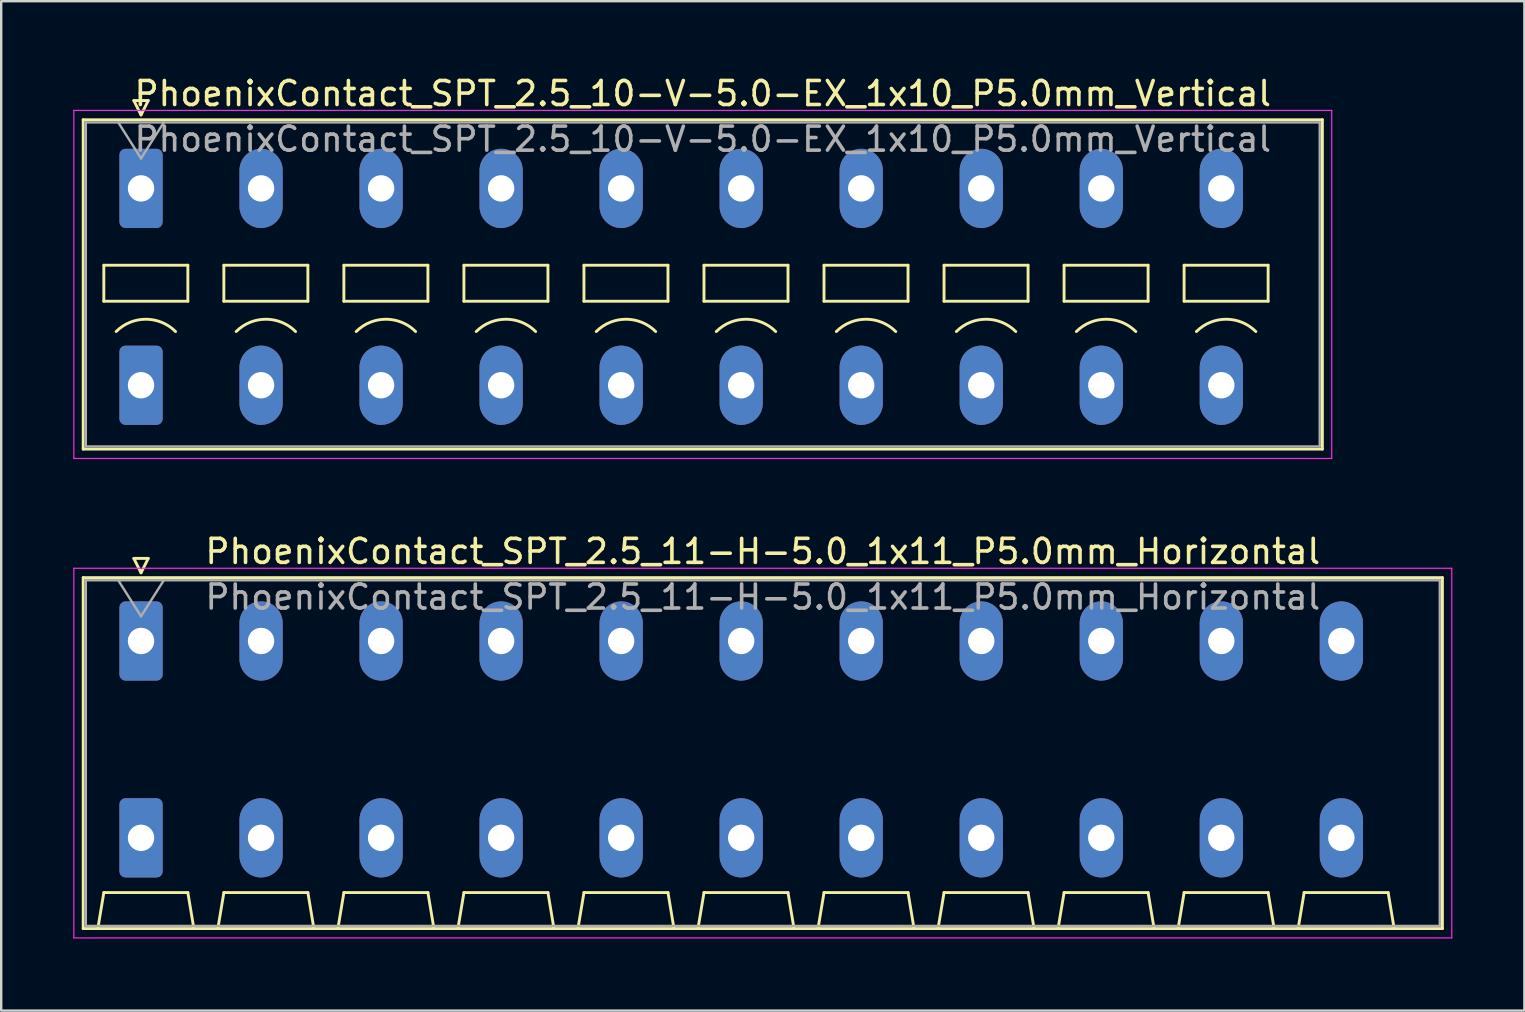
<source format=kicad_pcb>
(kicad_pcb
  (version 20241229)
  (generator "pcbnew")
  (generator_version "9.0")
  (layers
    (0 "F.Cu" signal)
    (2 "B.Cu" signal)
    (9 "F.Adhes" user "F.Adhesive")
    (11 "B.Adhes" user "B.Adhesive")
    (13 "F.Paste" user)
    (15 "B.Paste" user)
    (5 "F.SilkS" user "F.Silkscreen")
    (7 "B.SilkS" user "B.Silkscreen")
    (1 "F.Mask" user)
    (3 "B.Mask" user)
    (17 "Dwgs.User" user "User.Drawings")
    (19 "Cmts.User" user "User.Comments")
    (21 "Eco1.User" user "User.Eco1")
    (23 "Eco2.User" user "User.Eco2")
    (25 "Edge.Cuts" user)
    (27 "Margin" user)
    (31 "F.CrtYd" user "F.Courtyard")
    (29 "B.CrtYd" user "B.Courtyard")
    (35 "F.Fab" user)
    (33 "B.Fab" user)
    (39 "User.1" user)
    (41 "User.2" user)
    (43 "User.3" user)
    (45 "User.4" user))
  (footprint "PhoenixContact_SPT_2.5_10-V-5.0-EX_1x10_P5.0mm_Vertical"
    (layer "F.Cu")
    (at 2.825 4.798)
    (property "Reference" "PhoenixContact_SPT_2.5_10-V-5.0-EX_1x10_P5.0mm_Vertical" (at 23.4 -3.95 0) (layer "F.SilkS") (effects (font (size 1 1) (thickness 0.15))))
    (attr through_hole)
    (fp_line (start -2.41 -2.86) (end 49.21 -2.86) (stroke (width 0.12) (type solid)) (layer "F.SilkS"))
    (fp_line (start -2.41 10.86) (end -2.41 -2.86) (stroke (width 0.12) (type solid)) (layer "F.SilkS"))
    (fp_line (start -1.55 3.2) (end -1.55 4.7) (stroke (width 0.12) (type solid)) (layer "F.SilkS"))
    (fp_line (start -1.55 4.7) (end 1.95 4.7) (stroke (width 0.12) (type solid)) (layer "F.SilkS"))
    (fp_line (start -0.3 -3.66) (end 0 -3.06) (stroke (width 0.12) (type solid)) (layer "F.SilkS"))
    (fp_line (start -0.3 -3.66) (end 0.3 -3.66) (stroke (width 0.12) (type solid)) (layer "F.SilkS"))
    (fp_line (start 0.3 -3.66) (end 0 -3.06) (stroke (width 0.12) (type solid)) (layer "F.SilkS"))
    (fp_line (start 1.95 3.2) (end -1.55 3.2) (stroke (width 0.12) (type solid)) (layer "F.SilkS"))
    (fp_line (start 1.95 4.7) (end 1.95 3.2) (stroke (width 0.12) (type solid)) (layer "F.SilkS"))
    (fp_line (start 3.45 3.2) (end 3.45 4.7) (stroke (width 0.12) (type solid)) (layer "F.SilkS"))
    (fp_line (start 3.45 4.7) (end 6.95 4.7) (stroke (width 0.12) (type solid)) (layer "F.SilkS"))
    (fp_line (start 6.95 3.2) (end 3.45 3.2) (stroke (width 0.12) (type solid)) (layer "F.SilkS"))
    (fp_line (start 6.95 4.7) (end 6.95 3.2) (stroke (width 0.12) (type solid)) (layer "F.SilkS"))
    (fp_line (start 8.45 3.2) (end 8.45 4.7) (stroke (width 0.12) (type solid)) (layer "F.SilkS"))
    (fp_line (start 8.45 4.7) (end 11.95 4.7) (stroke (width 0.12) (type solid)) (layer "F.SilkS"))
    (fp_line (start 11.95 3.2) (end 8.45 3.2) (stroke (width 0.12) (type solid)) (layer "F.SilkS"))
    (fp_line (start 11.95 4.7) (end 11.95 3.2) (stroke (width 0.12) (type solid)) (layer "F.SilkS"))
    (fp_line (start 13.45 3.2) (end 13.45 4.7) (stroke (width 0.12) (type solid)) (layer "F.SilkS"))
    (fp_line (start 13.45 4.7) (end 16.95 4.7) (stroke (width 0.12) (type solid)) (layer "F.SilkS"))
    (fp_line (start 16.95 3.2) (end 13.45 3.2) (stroke (width 0.12) (type solid)) (layer "F.SilkS"))
    (fp_line (start 16.95 4.7) (end 16.95 3.2) (stroke (width 0.12) (type solid)) (layer "F.SilkS"))
    (fp_line (start 18.45 3.2) (end 18.45 4.7) (stroke (width 0.12) (type solid)) (layer "F.SilkS"))
    (fp_line (start 18.45 4.7) (end 21.95 4.7) (stroke (width 0.12) (type solid)) (layer "F.SilkS"))
    (fp_line (start 21.95 3.2) (end 18.45 3.2) (stroke (width 0.12) (type solid)) (layer "F.SilkS"))
    (fp_line (start 21.95 4.7) (end 21.95 3.2) (stroke (width 0.12) (type solid)) (layer "F.SilkS"))
    (fp_line (start 23.45 3.2) (end 23.45 4.7) (stroke (width 0.12) (type solid)) (layer "F.SilkS"))
    (fp_line (start 23.45 4.7) (end 26.95 4.7) (stroke (width 0.12) (type solid)) (layer "F.SilkS"))
    (fp_line (start 26.95 3.2) (end 23.45 3.2) (stroke (width 0.12) (type solid)) (layer "F.SilkS"))
    (fp_line (start 26.95 4.7) (end 26.95 3.2) (stroke (width 0.12) (type solid)) (layer "F.SilkS"))
    (fp_line (start 28.45 3.2) (end 28.45 4.7) (stroke (width 0.12) (type solid)) (layer "F.SilkS"))
    (fp_line (start 28.45 4.7) (end 31.95 4.7) (stroke (width 0.12) (type solid)) (layer "F.SilkS"))
    (fp_line (start 31.95 3.2) (end 28.45 3.2) (stroke (width 0.12) (type solid)) (layer "F.SilkS"))
    (fp_line (start 31.95 4.7) (end 31.95 3.2) (stroke (width 0.12) (type solid)) (layer "F.SilkS"))
    (fp_line (start 33.45 3.2) (end 33.45 4.7) (stroke (width 0.12) (type solid)) (layer "F.SilkS"))
    (fp_line (start 33.45 4.7) (end 36.95 4.7) (stroke (width 0.12) (type solid)) (layer "F.SilkS"))
    (fp_line (start 36.95 3.2) (end 33.45 3.2) (stroke (width 0.12) (type solid)) (layer "F.SilkS"))
    (fp_line (start 36.95 4.7) (end 36.95 3.2) (stroke (width 0.12) (type solid)) (layer "F.SilkS"))
    (fp_line (start 38.45 3.2) (end 38.45 4.7) (stroke (width 0.12) (type solid)) (layer "F.SilkS"))
    (fp_line (start 38.45 4.7) (end 41.95 4.7) (stroke (width 0.12) (type solid)) (layer "F.SilkS"))
    (fp_line (start 41.95 3.2) (end 38.45 3.2) (stroke (width 0.12) (type solid)) (layer "F.SilkS"))
    (fp_line (start 41.95 4.7) (end 41.95 3.2) (stroke (width 0.12) (type solid)) (layer "F.SilkS"))
    (fp_line (start 43.45 3.2) (end 43.45 4.7) (stroke (width 0.12) (type solid)) (layer "F.SilkS"))
    (fp_line (start 43.45 4.7) (end 46.95 4.7) (stroke (width 0.12) (type solid)) (layer "F.SilkS"))
    (fp_line (start 46.95 3.2) (end 43.45 3.2) (stroke (width 0.12) (type solid)) (layer "F.SilkS"))
    (fp_line (start 46.95 4.7) (end 46.95 3.2) (stroke (width 0.12) (type solid)) (layer "F.SilkS"))
    (fp_line (start 49.21 -2.86) (end 49.21 10.86) (stroke (width 0.12) (type solid)) (layer "F.SilkS"))
    (fp_line (start 49.21 10.86) (end -2.41 10.86) (stroke (width 0.12) (type solid)) (layer "F.SilkS"))
    (fp_arc (start -1.037437 5.962563) (mid 0.2 5.45) (end 1.437437 5.962563) (stroke (width 0.12) (type solid)) (layer "F.SilkS"))
    (fp_arc (start 3.962563 5.962563) (mid 5.2 5.45) (end 6.437437 5.962563) (stroke (width 0.12) (type solid)) (layer "F.SilkS"))
    (fp_arc (start 8.962563 5.962563) (mid 10.2 5.45) (end 11.437437 5.962563) (stroke (width 0.12) (type solid)) (layer "F.SilkS"))
    (fp_arc (start 13.962563 5.962563) (mid 15.2 5.45) (end 16.437437 5.962563) (stroke (width 0.12) (type solid)) (layer "F.SilkS"))
    (fp_arc (start 18.962563 5.962563) (mid 20.2 5.45) (end 21.437437 5.962563) (stroke (width 0.12) (type solid)) (layer "F.SilkS"))
    (fp_arc (start 23.962563 5.962563) (mid 25.2 5.45) (end 26.437437 5.962563) (stroke (width 0.12) (type solid)) (layer "F.SilkS"))
    (fp_arc (start 28.962563 5.962563) (mid 30.2 5.45) (end 31.437437 5.962563) (stroke (width 0.12) (type solid)) (layer "F.SilkS"))
    (fp_arc (start 33.962563 5.962563) (mid 35.2 5.45) (end 36.437437 5.962563) (stroke (width 0.12) (type solid)) (layer "F.SilkS"))
    (fp_arc (start 38.962563 5.962563) (mid 40.2 5.45) (end 41.437437 5.962563) (stroke (width 0.12) (type solid)) (layer "F.SilkS"))
    (fp_arc (start 43.962563 5.962563) (mid 45.2 5.45) (end 46.437437 5.962563) (stroke (width 0.12) (type solid)) (layer "F.SilkS"))
    (fp_line (start -2.8 -3.25) (end -2.8 11.25) (stroke (width 0.05) (type solid)) (layer "F.CrtYd"))
    (fp_line (start -2.8 11.25) (end 49.6 11.25) (stroke (width 0.05) (type solid)) (layer "F.CrtYd"))
    (fp_line (start 49.6 -3.25) (end -2.8 -3.25) (stroke (width 0.05) (type solid)) (layer "F.CrtYd"))
    (fp_line (start 49.6 11.25) (end 49.6 -3.25) (stroke (width 0.05) (type solid)) (layer "F.CrtYd"))
    (fp_line (start -2.3 -2.75) (end -2.3 10.75) (stroke (width 0.1) (type solid)) (layer "F.Fab"))
    (fp_line (start -2.3 10.75) (end 49.1 10.75) (stroke (width 0.1) (type solid)) (layer "F.Fab"))
    (fp_line (start -0.95 -2.75) (end 0 -1.25) (stroke (width 0.1) (type solid)) (layer "F.Fab"))
    (fp_line (start 0.95 -2.75) (end 0 -1.25) (stroke (width 0.1) (type solid)) (layer "F.Fab"))
    (fp_line (start 49.1 -2.75) (end -2.3 -2.75) (stroke (width 0.1) (type solid)) (layer "F.Fab"))
    (fp_line (start 49.1 10.75) (end 49.1 -2.75) (stroke (width 0.1) (type solid)) (layer "F.Fab"))
    (fp_text user "${REFERENCE}" (at 23.4 -2.05 0) (layer "F.Fab") (effects (font (size 1 1) (thickness 0.15))))
    (pad "1" thru_hole roundrect (at 0 0) (size 1.8 3.3) (drill 1.1) (layers "*.Cu" "*.Mask") (roundrect_rratio 0.139))
    (pad "1" thru_hole roundrect (at 0 8.2) (size 1.8 3.3) (drill 1.1) (layers "*.Cu" "*.Mask") (roundrect_rratio 0.139))
    (pad "2" thru_hole oval (at 5 0) (size 1.8 3.3) (drill 1.1) (layers "*.Cu" "*.Mask"))
    (pad "2" thru_hole oval (at 5 8.2) (size 1.8 3.3) (drill 1.1) (layers "*.Cu" "*.Mask"))
    (pad "3" thru_hole oval (at 10 0) (size 1.8 3.3) (drill 1.1) (layers "*.Cu" "*.Mask"))
    (pad "3" thru_hole oval (at 10 8.2) (size 1.8 3.3) (drill 1.1) (layers "*.Cu" "*.Mask"))
    (pad "4" thru_hole oval (at 15 0) (size 1.8 3.3) (drill 1.1) (layers "*.Cu" "*.Mask"))
    (pad "4" thru_hole oval (at 15 8.2) (size 1.8 3.3) (drill 1.1) (layers "*.Cu" "*.Mask"))
    (pad "5" thru_hole oval (at 20 0) (size 1.8 3.3) (drill 1.1) (layers "*.Cu" "*.Mask"))
    (pad "5" thru_hole oval (at 20 8.2) (size 1.8 3.3) (drill 1.1) (layers "*.Cu" "*.Mask"))
    (pad "6" thru_hole oval (at 25 0) (size 1.8 3.3) (drill 1.1) (layers "*.Cu" "*.Mask"))
    (pad "6" thru_hole oval (at 25 8.2) (size 1.8 3.3) (drill 1.1) (layers "*.Cu" "*.Mask"))
    (pad "7" thru_hole oval (at 30 0) (size 1.8 3.3) (drill 1.1) (layers "*.Cu" "*.Mask"))
    (pad "7" thru_hole oval (at 30 8.2) (size 1.8 3.3) (drill 1.1) (layers "*.Cu" "*.Mask"))
    (pad "8" thru_hole oval (at 35 0) (size 1.8 3.3) (drill 1.1) (layers "*.Cu" "*.Mask"))
    (pad "8" thru_hole oval (at 35 8.2) (size 1.8 3.3) (drill 1.1) (layers "*.Cu" "*.Mask"))
    (pad "9" thru_hole oval (at 40 0) (size 1.8 3.3) (drill 1.1) (layers "*.Cu" "*.Mask"))
    (pad "9" thru_hole oval (at 40 8.2) (size 1.8 3.3) (drill 1.1) (layers "*.Cu" "*.Mask"))
    (pad "10" thru_hole oval (at 45 0) (size 1.8 3.3) (drill 1.1) (layers "*.Cu" "*.Mask"))
    (pad "10" thru_hole oval (at 45 8.2) (size 1.8 3.3) (drill 1.1) (layers "*.Cu" "*.Mask")))
  (footprint "PhoenixContact_SPT_2.5_11-H-5.0_1x11_P5.0mm_Horizontal"
    (layer "F.Cu")
    (at 2.825 23.651)
    (property "Reference" "PhoenixContact_SPT_2.5_11-H-5.0_1x11_P5.0mm_Horizontal" (at 25.9 -3.73 0) (layer "F.SilkS") (effects (font (size 1 1) (thickness 0.15))))
    (attr through_hole)
    (fp_line (start -2.41 -2.64) (end 54.21 -2.64) (stroke (width 0.12) (type solid)) (layer "F.SilkS"))
    (fp_line (start -2.41 11.98) (end -2.41 -2.64) (stroke (width 0.12) (type solid)) (layer "F.SilkS"))
    (fp_line (start -1.8 11.98) (end -1.55 10.48) (stroke (width 0.12) (type solid)) (layer "F.SilkS"))
    (fp_line (start -1.55 10.48) (end 1.95 10.48) (stroke (width 0.12) (type solid)) (layer "F.SilkS"))
    (fp_line (start -0.3 -3.44) (end 0 -2.84) (stroke (width 0.12) (type solid)) (layer "F.SilkS"))
    (fp_line (start -0.3 -3.44) (end 0.3 -3.44) (stroke (width 0.12) (type solid)) (layer "F.SilkS"))
    (fp_line (start 0.3 -3.44) (end 0 -2.84) (stroke (width 0.12) (type solid)) (layer "F.SilkS"))
    (fp_line (start 2.2 11.98) (end 1.95 10.48) (stroke (width 0.12) (type solid)) (layer "F.SilkS"))
    (fp_line (start 3.2 11.98) (end 3.45 10.48) (stroke (width 0.12) (type solid)) (layer "F.SilkS"))
    (fp_line (start 3.45 10.48) (end 6.95 10.48) (stroke (width 0.12) (type solid)) (layer "F.SilkS"))
    (fp_line (start 7.2 11.98) (end 6.95 10.48) (stroke (width 0.12) (type solid)) (layer "F.SilkS"))
    (fp_line (start 8.2 11.98) (end 8.45 10.48) (stroke (width 0.12) (type solid)) (layer "F.SilkS"))
    (fp_line (start 8.45 10.48) (end 11.95 10.48) (stroke (width 0.12) (type solid)) (layer "F.SilkS"))
    (fp_line (start 12.2 11.98) (end 11.95 10.48) (stroke (width 0.12) (type solid)) (layer "F.SilkS"))
    (fp_line (start 13.2 11.98) (end 13.45 10.48) (stroke (width 0.12) (type solid)) (layer "F.SilkS"))
    (fp_line (start 13.45 10.48) (end 16.95 10.48) (stroke (width 0.12) (type solid)) (layer "F.SilkS"))
    (fp_line (start 17.2 11.98) (end 16.95 10.48) (stroke (width 0.12) (type solid)) (layer "F.SilkS"))
    (fp_line (start 18.2 11.98) (end 18.45 10.48) (stroke (width 0.12) (type solid)) (layer "F.SilkS"))
    (fp_line (start 18.45 10.48) (end 21.95 10.48) (stroke (width 0.12) (type solid)) (layer "F.SilkS"))
    (fp_line (start 22.2 11.98) (end 21.95 10.48) (stroke (width 0.12) (type solid)) (layer "F.SilkS"))
    (fp_line (start 23.2 11.98) (end 23.45 10.48) (stroke (width 0.12) (type solid)) (layer "F.SilkS"))
    (fp_line (start 23.45 10.48) (end 26.95 10.48) (stroke (width 0.12) (type solid)) (layer "F.SilkS"))
    (fp_line (start 27.2 11.98) (end 26.95 10.48) (stroke (width 0.12) (type solid)) (layer "F.SilkS"))
    (fp_line (start 28.2 11.98) (end 28.45 10.48) (stroke (width 0.12) (type solid)) (layer "F.SilkS"))
    (fp_line (start 28.45 10.48) (end 31.95 10.48) (stroke (width 0.12) (type solid)) (layer "F.SilkS"))
    (fp_line (start 32.2 11.98) (end 31.95 10.48) (stroke (width 0.12) (type solid)) (layer "F.SilkS"))
    (fp_line (start 33.2 11.98) (end 33.45 10.48) (stroke (width 0.12) (type solid)) (layer "F.SilkS"))
    (fp_line (start 33.45 10.48) (end 36.95 10.48) (stroke (width 0.12) (type solid)) (layer "F.SilkS"))
    (fp_line (start 37.2 11.98) (end 36.95 10.48) (stroke (width 0.12) (type solid)) (layer "F.SilkS"))
    (fp_line (start 38.2 11.98) (end 38.45 10.48) (stroke (width 0.12) (type solid)) (layer "F.SilkS"))
    (fp_line (start 38.45 10.48) (end 41.95 10.48) (stroke (width 0.12) (type solid)) (layer "F.SilkS"))
    (fp_line (start 42.2 11.98) (end 41.95 10.48) (stroke (width 0.12) (type solid)) (layer "F.SilkS"))
    (fp_line (start 43.2 11.98) (end 43.45 10.48) (stroke (width 0.12) (type solid)) (layer "F.SilkS"))
    (fp_line (start 43.45 10.48) (end 46.95 10.48) (stroke (width 0.12) (type solid)) (layer "F.SilkS"))
    (fp_line (start 47.2 11.98) (end 46.95 10.48) (stroke (width 0.12) (type solid)) (layer "F.SilkS"))
    (fp_line (start 48.2 11.98) (end 48.45 10.48) (stroke (width 0.12) (type solid)) (layer "F.SilkS"))
    (fp_line (start 48.45 10.48) (end 51.95 10.48) (stroke (width 0.12) (type solid)) (layer "F.SilkS"))
    (fp_line (start 52.2 11.98) (end 51.95 10.48) (stroke (width 0.12) (type solid)) (layer "F.SilkS"))
    (fp_line (start 54.21 -2.64) (end 54.21 11.98) (stroke (width 0.12) (type solid)) (layer "F.SilkS"))
    (fp_line (start 54.21 11.98) (end -2.41 11.98) (stroke (width 0.12) (type solid)) (layer "F.SilkS"))
    (fp_line (start -2.8 -3.03) (end -2.8 12.37) (stroke (width 0.05) (type solid)) (layer "F.CrtYd"))
    (fp_line (start -2.8 12.37) (end 54.6 12.37) (stroke (width 0.05) (type solid)) (layer "F.CrtYd"))
    (fp_line (start 54.6 -3.03) (end -2.8 -3.03) (stroke (width 0.05) (type solid)) (layer "F.CrtYd"))
    (fp_line (start 54.6 12.37) (end 54.6 -3.03) (stroke (width 0.05) (type solid)) (layer "F.CrtYd"))
    (fp_line (start -2.3 -2.53) (end -2.3 11.87) (stroke (width 0.1) (type solid)) (layer "F.Fab"))
    (fp_line (start -2.3 11.87) (end 54.1 11.87) (stroke (width 0.1) (type solid)) (layer "F.Fab"))
    (fp_line (start -0.95 -2.53) (end 0 -1.03) (stroke (width 0.1) (type solid)) (layer "F.Fab"))
    (fp_line (start 0.95 -2.53) (end 0 -1.03) (stroke (width 0.1) (type solid)) (layer "F.Fab"))
    (fp_line (start 54.1 -2.53) (end -2.3 -2.53) (stroke (width 0.1) (type solid)) (layer "F.Fab"))
    (fp_line (start 54.1 11.87) (end 54.1 -2.53) (stroke (width 0.1) (type solid)) (layer "F.Fab"))
    (fp_text user "${REFERENCE}" (at 25.9 -1.83 0) (layer "F.Fab") (effects (font (size 1 1) (thickness 0.15))))
    (pad "1" thru_hole roundrect (at 0 0) (size 1.8 3.3) (drill 1.1) (layers "*.Cu" "*.Mask") (roundrect_rratio 0.139))
    (pad "1" thru_hole roundrect (at 0 8.2) (size 1.8 3.3) (drill 1.1) (layers "*.Cu" "*.Mask") (roundrect_rratio 0.139))
    (pad "2" thru_hole oval (at 5 0) (size 1.8 3.3) (drill 1.1) (layers "*.Cu" "*.Mask"))
    (pad "2" thru_hole oval (at 5 8.2) (size 1.8 3.3) (drill 1.1) (layers "*.Cu" "*.Mask"))
    (pad "3" thru_hole oval (at 10 0) (size 1.8 3.3) (drill 1.1) (layers "*.Cu" "*.Mask"))
    (pad "3" thru_hole oval (at 10 8.2) (size 1.8 3.3) (drill 1.1) (layers "*.Cu" "*.Mask"))
    (pad "4" thru_hole oval (at 15 0) (size 1.8 3.3) (drill 1.1) (layers "*.Cu" "*.Mask"))
    (pad "4" thru_hole oval (at 15 8.2) (size 1.8 3.3) (drill 1.1) (layers "*.Cu" "*.Mask"))
    (pad "5" thru_hole oval (at 20 0) (size 1.8 3.3) (drill 1.1) (layers "*.Cu" "*.Mask"))
    (pad "5" thru_hole oval (at 20 8.2) (size 1.8 3.3) (drill 1.1) (layers "*.Cu" "*.Mask"))
    (pad "6" thru_hole oval (at 25 0) (size 1.8 3.3) (drill 1.1) (layers "*.Cu" "*.Mask"))
    (pad "6" thru_hole oval (at 25 8.2) (size 1.8 3.3) (drill 1.1) (layers "*.Cu" "*.Mask"))
    (pad "7" thru_hole oval (at 30 0) (size 1.8 3.3) (drill 1.1) (layers "*.Cu" "*.Mask"))
    (pad "7" thru_hole oval (at 30 8.2) (size 1.8 3.3) (drill 1.1) (layers "*.Cu" "*.Mask"))
    (pad "8" thru_hole oval (at 35 0) (size 1.8 3.3) (drill 1.1) (layers "*.Cu" "*.Mask"))
    (pad "8" thru_hole oval (at 35 8.2) (size 1.8 3.3) (drill 1.1) (layers "*.Cu" "*.Mask"))
    (pad "9" thru_hole oval (at 40 0) (size 1.8 3.3) (drill 1.1) (layers "*.Cu" "*.Mask"))
    (pad "9" thru_hole oval (at 40 8.2) (size 1.8 3.3) (drill 1.1) (layers "*.Cu" "*.Mask"))
    (pad "10" thru_hole oval (at 45 0) (size 1.8 3.3) (drill 1.1) (layers "*.Cu" "*.Mask"))
    (pad "10" thru_hole oval (at 45 8.2) (size 1.8 3.3) (drill 1.1) (layers "*.Cu" "*.Mask"))
    (pad "11" thru_hole oval (at 50 0) (size 1.8 3.3) (drill 1.1) (layers "*.Cu" "*.Mask"))
    (pad "11" thru_hole oval (at 50 8.2) (size 1.8 3.3) (drill 1.1) (layers "*.Cu" "*.Mask")))
  (gr_rect
    (start -3 -3)
    (end 60.45 39.047)
    (stroke (width 0.1) (type default))
    (fill no)
    (layer "Edge.Cuts")))
</source>
